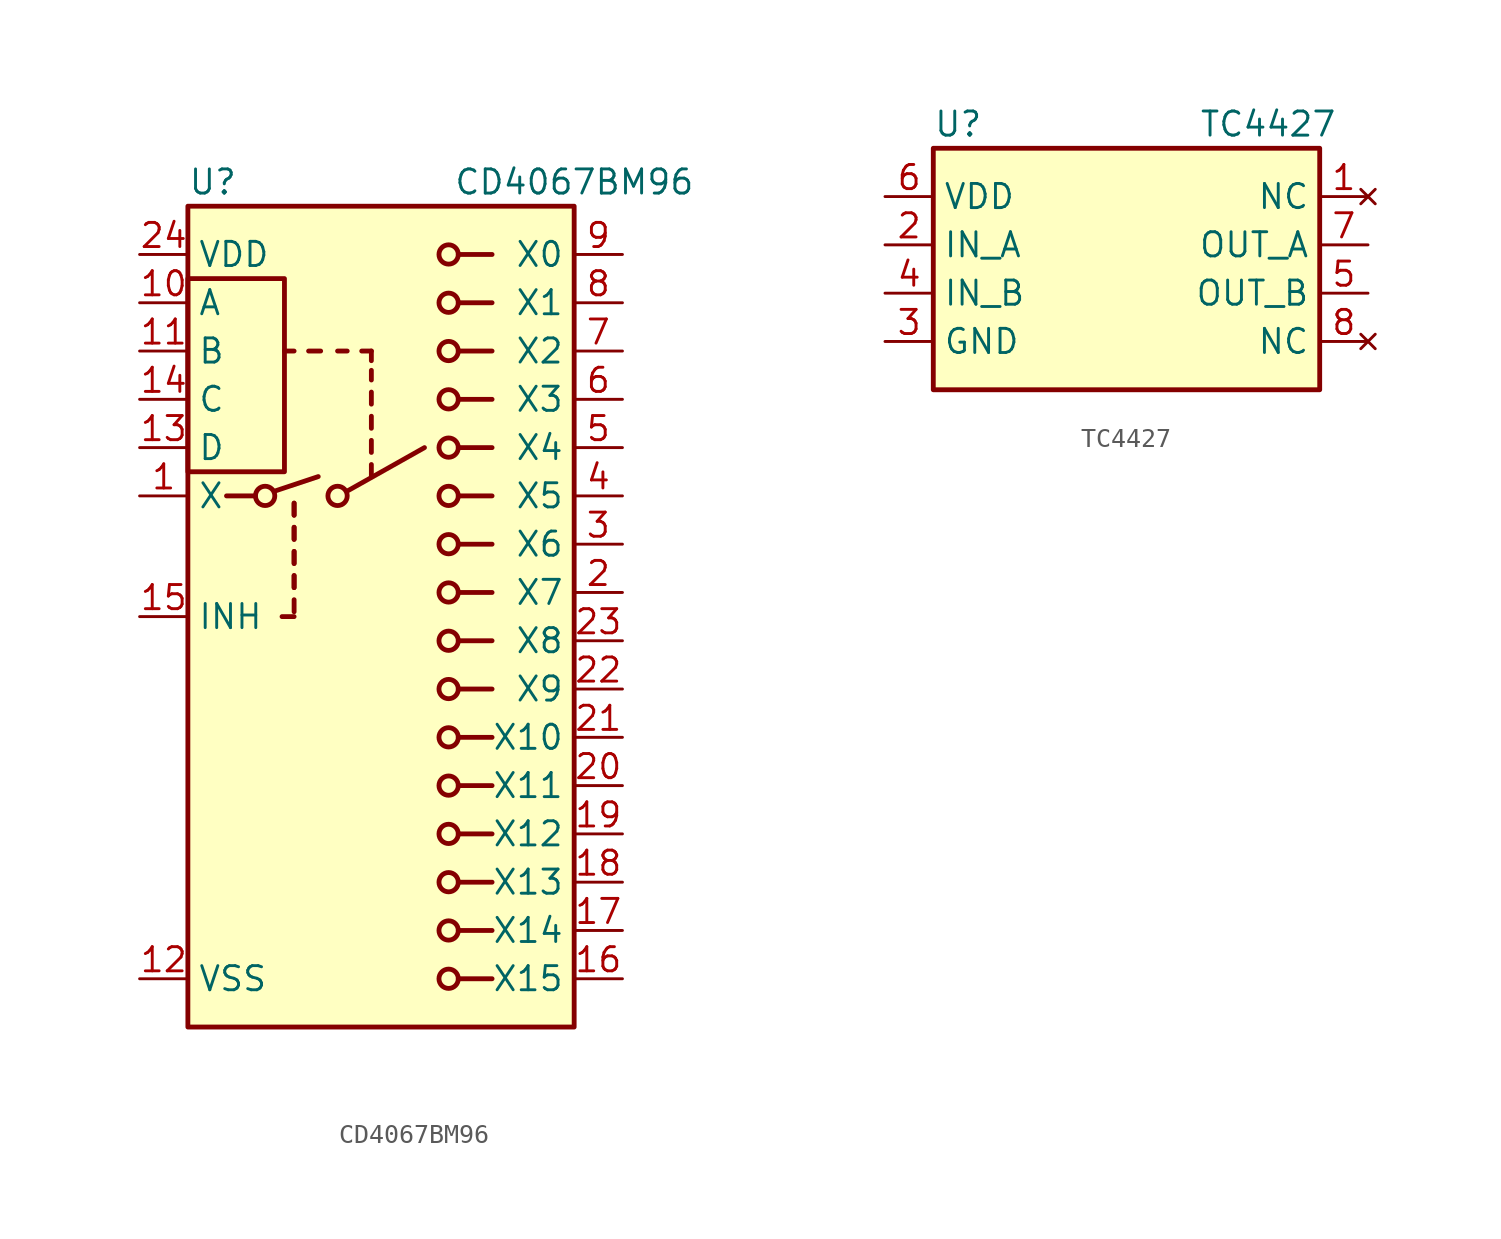
<source format=kicad_sym>
(kicad_symbol_lib
  (version 20201005)
  (generator kicad_symbol_editor)
  (symbol "stim_lib:CD4067BM96"
    (property "Reference" "U"
      (at -10.16 29.21 0)
      (effects (font (size 1.27 1.27)) (justify left)))
    (property "Value" "CD4067BM96"
      (at 3.81 29.21 0)
      (effects (font (size 1.27 1.27)) (justify left)))
    (symbol "CD4067BM96_0_1"
      (circle (center -6.096 12.7) (radius 0.508) (stroke (width 0.254)) (fill (type none)))
      (circle (center -2.286 12.7) (radius 0.508) (stroke (width 0.254)) (fill (type none)))
      (circle (center 3.556 -12.7) (radius 0.508) (stroke (width 0.254)) (fill (type none)))
      (circle (center 3.556 -2.54) (radius 0.508) (stroke (width 0.254)) (fill (type none)))
      (circle (center 3.556 0) (radius 0.508) (stroke (width 0.254)) (fill (type none)))
      (circle (center 3.556 2.54) (radius 0.508) (stroke (width 0.254)) (fill (type none)))
      (circle (center 3.556 5.08) (radius 0.508) (stroke (width 0.254)) (fill (type none)))
      (circle (center 3.556 17.78) (radius 0.508) (stroke (width 0.254)) (fill (type none)))
      (circle (center 3.556 20.32) (radius 0.508) (stroke (width 0.254)) (fill (type none)))
      (circle (center 3.556 22.86) (radius 0.508) (stroke (width 0.254)) (fill (type none)))
      (circle (center 3.556 25.4) (radius 0.508) (stroke (width 0.254)) (fill (type none)))
      (rectangle (start -10.16 24.13) (end -5.08 13.97) (stroke (width 0.254)) (fill (type none)))
      (rectangle (start -10.16 27.94) (end 10.16 -15.24) (stroke (width 0.254)) (fill (type background)))
      (polyline (pts (xy -8.128 12.7) (xy -6.604 12.7)) (stroke (width 0.254)) (fill (type none)))
      (polyline (pts (xy -5.588 12.954) (xy -3.302 13.716)) (stroke (width 0.254)) (fill (type none)))
      (polyline (pts (xy -4.572 6.35) (xy -5.207 6.35)) (stroke (width 0.254)) (fill (type none)))
      (polyline (pts (xy -4.572 6.604) (xy -4.572 7.239)) (stroke (width 0.254)) (fill (type none)))
      (polyline (pts (xy -4.572 7.874) (xy -4.572 8.509)) (stroke (width 0.254)) (fill (type none)))
      (polyline (pts (xy -4.572 7.874) (xy -4.572 8.509)) (stroke (width 0.254)) (fill (type none)))
      (polyline (pts (xy -4.572 9.144) (xy -4.572 9.779)) (stroke (width 0.254)) (fill (type none)))
      (polyline (pts (xy -4.572 9.144) (xy -4.572 9.779)) (stroke (width 0.254)) (fill (type none)))
      (polyline (pts (xy -4.572 10.414) (xy -4.572 11.049)) (stroke (width 0.254)) (fill (type none)))
      (polyline (pts (xy -4.572 10.414) (xy -4.572 11.049)) (stroke (width 0.254)) (fill (type none)))
      (polyline (pts (xy -4.572 11.684) (xy -4.572 12.319)) (stroke (width 0.254)) (fill (type none)))
      (polyline (pts (xy -4.572 11.684) (xy -4.572 12.319)) (stroke (width 0.254)) (fill (type none)))
      (polyline (pts (xy -4.572 20.32) (xy -5.08 20.32)) (stroke (width 0.254)) (fill (type none)))
      (polyline (pts (xy -3.81 20.32) (xy -3.175 20.32)) (stroke (width 0.254)) (fill (type none)))
      (polyline (pts (xy -1.778 12.954) (xy 2.286 15.24)) (stroke (width 0.254)) (fill (type none)))
      (polyline (pts (xy -1.778 20.32) (xy -2.286 20.32)) (stroke (width 0.254)) (fill (type none)))
      (polyline (pts (xy -0.508 13.716) (xy -0.508 14.351)) (stroke (width 0.254)) (fill (type none)))
      (polyline (pts (xy -0.508 18.796) (xy -0.508 19.304)) (stroke (width 0.254)) (fill (type none)))
      (polyline (pts (xy -0.508 19.812) (xy -0.508 20.32)) (stroke (width 0.254)) (fill (type none)))
      (polyline (pts (xy -0.508 20.32) (xy -1.016 20.32)) (stroke (width 0.254)) (fill (type none)))
      (polyline (pts (xy 4.064 -12.7) (xy 5.842 -12.7)) (stroke (width 0.254)) (fill (type none)))
      (polyline (pts (xy 4.064 -2.54) (xy 5.842 -2.54)) (stroke (width 0.254)) (fill (type none)))
      (polyline (pts (xy 4.064 0) (xy 5.842 0)) (stroke (width 0.254)) (fill (type none)))
      (polyline (pts (xy 4.064 2.54) (xy 5.842 2.54)) (stroke (width 0.254)) (fill (type none)))
      (polyline (pts (xy 4.064 5.08) (xy 5.842 5.08)) (stroke (width 0.254)) (fill (type none)))
      (polyline (pts (xy 4.064 17.78) (xy 5.842 17.78)) (stroke (width 0.254)) (fill (type none)))
      (polyline (pts (xy 4.064 20.32) (xy 5.842 20.32)) (stroke (width 0.254)) (fill (type none)))
      (polyline (pts (xy 4.064 22.86) (xy 5.842 22.86)) (stroke (width 0.254)) (fill (type none)))
      (polyline (pts (xy 4.064 25.4) (xy 5.842 25.4)) (stroke (width 0.254)) (fill (type none))))
    (symbol "CD4067BM96_1_1"
      (circle (center 3.556 -10.16) (radius 0.508) (stroke (width 0.254)) (fill (type none)))
      (circle (center 3.556 -7.62) (radius 0.508) (stroke (width 0.254)) (fill (type none)))
      (circle (center 3.556 -5.08) (radius 0.508) (stroke (width 0.254)) (fill (type none)))
      (circle (center 3.556 7.62) (radius 0.508) (stroke (width 0.254)) (fill (type none)))
      (circle (center 3.556 10.16) (radius 0.508) (stroke (width 0.254)) (fill (type none)))
      (circle (center 3.556 12.7) (radius 0.508) (stroke (width 0.254)) (fill (type none)))
      (circle (center 3.556 15.24) (radius 0.508) (stroke (width 0.254)) (fill (type none)))
      (polyline (pts (xy -0.508 14.986) (xy -0.508 15.621)) (stroke (width 0.254)) (fill (type none)))
      (polyline (pts (xy -0.508 16.256) (xy -0.508 16.891)) (stroke (width 0.254)) (fill (type none)))
      (polyline (pts (xy -0.508 17.526) (xy -0.508 18.161)) (stroke (width 0.254)) (fill (type none)))
      (polyline (pts (xy 4.064 -10.16) (xy 5.842 -10.16)) (stroke (width 0.254)) (fill (type none)))
      (polyline (pts (xy 4.064 -7.62) (xy 5.842 -7.62)) (stroke (width 0.254)) (fill (type none)))
      (polyline (pts (xy 4.064 -5.08) (xy 5.842 -5.08)) (stroke (width 0.254)) (fill (type none)))
      (polyline (pts (xy 4.064 7.62) (xy 5.842 7.62)) (stroke (width 0.254)) (fill (type none)))
      (polyline (pts (xy 4.064 10.16) (xy 5.842 10.16)) (stroke (width 0.254)) (fill (type none)))
      (polyline (pts (xy 4.064 12.7) (xy 5.842 12.7)) (stroke (width 0.254)) (fill (type none)))
      (polyline (pts (xy 4.064 15.24) (xy 5.842 15.24)) (stroke (width 0.254)) (fill (type none)))
      (pin bidirectional line (at -12.7 12.7 0) (length 2.54) (name "X" (effects (font (size 1.27 1.27)))) (number "1" (effects (font (size 1.27 1.27)))))
      (pin input line (at -12.7 22.86 0) (length 2.54) (name "A" (effects (font (size 1.27 1.27)))) (number "10" (effects (font (size 1.27 1.27)))))
      (pin input line (at -12.7 20.32 0) (length 2.54) (name "B" (effects (font (size 1.27 1.27)))) (number "11" (effects (font (size 1.27 1.27)))))
      (pin power_in line (at -12.7 -12.7 0) (length 2.54) (name "VSS" (effects (font (size 1.27 1.27)))) (number "12" (effects (font (size 1.27 1.27)))))
      (pin input line (at -12.7 15.24 0) (length 2.54) (name "D" (effects (font (size 1.27 1.27)))) (number "13" (effects (font (size 1.27 1.27)))))
      (pin input line (at -12.7 17.78 0) (length 2.54) (name "C" (effects (font (size 1.27 1.27)))) (number "14" (effects (font (size 1.27 1.27)))))
      (pin input line (at -12.7 6.35 0) (length 2.54) (name "INH" (effects (font (size 1.27 1.27)))) (number "15" (effects (font (size 1.27 1.27)))))
      (pin bidirectional line (at 12.7 -12.7 180) (length 2.54) (name "X15" (effects (font (size 1.27 1.27)))) (number "16" (effects (font (size 1.27 1.27)))))
      (pin bidirectional line (at 12.7 -10.16 180) (length 2.54) (name "X14" (effects (font (size 1.27 1.27)))) (number "17" (effects (font (size 1.27 1.27)))))
      (pin bidirectional line (at 12.7 -7.62 180) (length 2.54) (name "X13" (effects (font (size 1.27 1.27)))) (number "18" (effects (font (size 1.27 1.27)))))
      (pin bidirectional line (at 12.7 -5.08 180) (length 2.54) (name "X12" (effects (font (size 1.27 1.27)))) (number "19" (effects (font (size 1.27 1.27)))))
      (pin bidirectional line (at 12.7 7.62 180) (length 2.54) (name "X7" (effects (font (size 1.27 1.27)))) (number "2" (effects (font (size 1.27 1.27)))))
      (pin bidirectional line (at 12.7 -2.54 180) (length 2.54) (name "X11" (effects (font (size 1.27 1.27)))) (number "20" (effects (font (size 1.27 1.27)))))
      (pin bidirectional line (at 12.7 0 180) (length 2.54) (name "X10" (effects (font (size 1.27 1.27)))) (number "21" (effects (font (size 1.27 1.27)))))
      (pin bidirectional line (at 12.7 2.54 180) (length 2.54) (name "X9" (effects (font (size 1.27 1.27)))) (number "22" (effects (font (size 1.27 1.27)))))
      (pin bidirectional line (at 12.7 5.08 180) (length 2.54) (name "X8" (effects (font (size 1.27 1.27)))) (number "23" (effects (font (size 1.27 1.27)))))
      (pin power_in line (at -12.7 25.4 0) (length 2.54) (name "VDD" (effects (font (size 1.27 1.27)))) (number "24" (effects (font (size 1.27 1.27)))))
      (pin bidirectional line (at 12.7 10.16 180) (length 2.54) (name "X6" (effects (font (size 1.27 1.27)))) (number "3" (effects (font (size 1.27 1.27)))))
      (pin bidirectional line (at 12.7 12.7 180) (length 2.54) (name "X5" (effects (font (size 1.27 1.27)))) (number "4" (effects (font (size 1.27 1.27)))))
      (pin bidirectional line (at 12.7 15.24 180) (length 2.54) (name "X4" (effects (font (size 1.27 1.27)))) (number "5" (effects (font (size 1.27 1.27)))))
      (pin bidirectional line (at 12.7 17.78 180) (length 2.54) (name "X3" (effects (font (size 1.27 1.27)))) (number "6" (effects (font (size 1.27 1.27)))))
      (pin bidirectional line (at 12.7 20.32 180) (length 2.54) (name "X2" (effects (font (size 1.27 1.27)))) (number "7" (effects (font (size 1.27 1.27)))))
      (pin bidirectional line (at 12.7 22.86 180) (length 2.54) (name "X1" (effects (font (size 1.27 1.27)))) (number "8" (effects (font (size 1.27 1.27)))))
      (pin bidirectional line (at 12.7 25.4 180) (length 2.54) (name "X0" (effects (font (size 1.27 1.27)))) (number "9" (effects (font (size 1.27 1.27)))))))
  (symbol "stim_lib:TC4427"
    (property "Reference" "U"
      (at -10.16 29.21 0)
      (effects (font (size 1.27 1.27)) (justify left)))
    (property "Value" "TC4427"
      (at 3.81 29.21 0)
      (effects (font (size 1.27 1.27)) (justify left)))
    (symbol "TC4427_0_1"
      (rectangle (start -10.16 27.94) (end 10.16 15.24) (stroke (width 0.254)) (fill (type background))))
    (symbol "TC4427_1_1"
      (pin no_connect line (at 12.7 25.4 180) (length 2.54) (name "NC" (effects (font (size 1.27 1.27)))) (number "1" (effects (font (size 1.27 1.27)))))
      (pin input line (at -12.7 22.86 0) (length 2.54) (name "IN_A" (effects (font (size 1.27 1.27)))) (number "2" (effects (font (size 1.27 1.27)))))
      (pin power_in line (at -12.7 17.78 0) (length 2.54) (name "GND" (effects (font (size 1.27 1.27)))) (number "3" (effects (font (size 1.27 1.27)))))
      (pin input line (at -12.7 20.32 0) (length 2.54) (name "IN_B" (effects (font (size 1.27 1.27)))) (number "4" (effects (font (size 1.27 1.27)))))
      (pin output line (at 12.7 20.32 180) (length 2.54) (name "OUT_B" (effects (font (size 1.27 1.27)))) (number "5" (effects (font (size 1.27 1.27)))))
      (pin power_in line (at -12.7 25.4 0) (length 2.54) (name "VDD" (effects (font (size 1.27 1.27)))) (number "6" (effects (font (size 1.27 1.27)))))
      (pin output line (at 12.7 22.86 180) (length 2.54) (name "OUT_A" (effects (font (size 1.27 1.27)))) (number "7" (effects (font (size 1.27 1.27)))))
      (pin no_connect line (at 12.7 17.78 180) (length 2.54) (name "NC" (effects (font (size 1.27 1.27)))) (number "8" (effects (font (size 1.27 1.27))))))))
</source>
